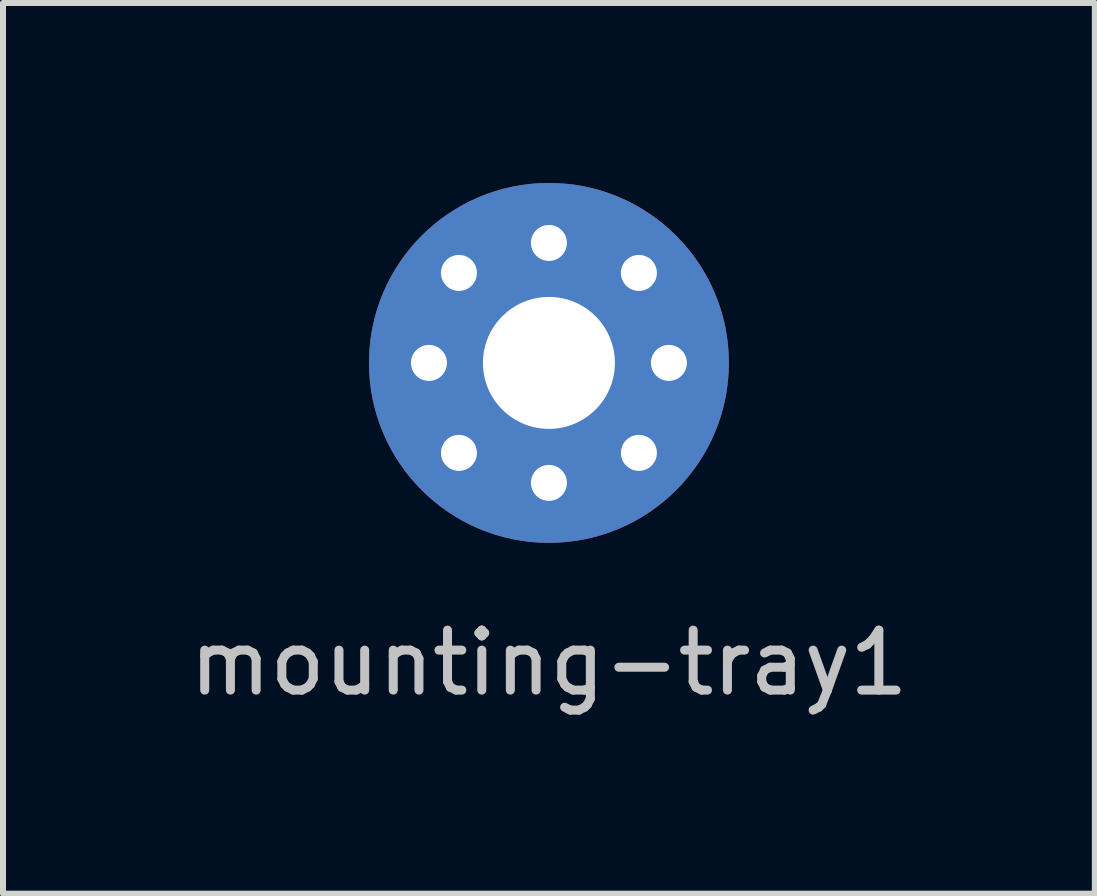
<source format=kicad_pcb>
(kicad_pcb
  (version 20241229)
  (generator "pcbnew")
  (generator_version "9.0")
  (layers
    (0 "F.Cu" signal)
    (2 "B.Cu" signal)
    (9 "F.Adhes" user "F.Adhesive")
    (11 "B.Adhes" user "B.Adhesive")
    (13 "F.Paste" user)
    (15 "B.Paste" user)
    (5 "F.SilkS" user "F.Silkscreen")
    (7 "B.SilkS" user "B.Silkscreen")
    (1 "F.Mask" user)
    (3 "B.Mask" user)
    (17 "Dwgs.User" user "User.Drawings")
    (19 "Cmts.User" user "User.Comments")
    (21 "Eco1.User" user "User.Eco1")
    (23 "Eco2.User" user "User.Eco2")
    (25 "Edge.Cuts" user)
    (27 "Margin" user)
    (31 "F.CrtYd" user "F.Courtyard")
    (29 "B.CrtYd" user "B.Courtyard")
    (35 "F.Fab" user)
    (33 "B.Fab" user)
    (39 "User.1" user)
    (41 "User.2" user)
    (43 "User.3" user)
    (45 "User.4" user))
  (footprint "mounting-tray1"
    (layer "F.Cu")
    (at 6.101 3)
    (property "Reference" "mounting-tray1" (at 0 5 0) (layer "Dwgs.User") (effects (font (size 1 1) (thickness 0.15))))
    (attr through_hole)
    (pad "1" thru_hole circle (at -2 0) (size 1 1) (drill 0.6) (layers "*.Cu" "*.Mask"))
    (pad "1" thru_hole circle (at -1.5 -1.5) (size 1 1) (drill 0.6) (layers "*.Cu" "*.Mask"))
    (pad "1" thru_hole circle (at -1.5 1.5) (size 1 1) (drill 0.6) (layers "*.Cu" "*.Mask"))
    (pad "1" thru_hole circle (at 0 -2) (size 1 1) (drill 0.6) (layers "*.Cu" "*.Mask"))
    (pad "1" thru_hole circle (at 0 0) (size 6 6) (drill oval 2.2) (layers "*.Cu" "*.Mask"))
    (pad "1" thru_hole circle (at 0 2) (size 1 1) (drill 0.6) (layers "*.Cu" "*.Mask"))
    (pad "1" thru_hole circle (at 1.5 -1.5) (size 1 1) (drill 0.6) (layers "*.Cu" "*.Mask"))
    (pad "1" thru_hole circle (at 1.5 1.5) (size 1 1) (drill 0.6) (layers "*.Cu" "*.Mask"))
    (pad "1" thru_hole circle (at 2 0) (size 1 1) (drill 0.6) (layers "*.Cu" "*.Mask")))
  (gr_rect
    (start -3 -3)
    (end 15.202 11.848)
    (stroke (width 0.1) (type default))
    (fill no)
    (layer "Edge.Cuts")))
</source>
